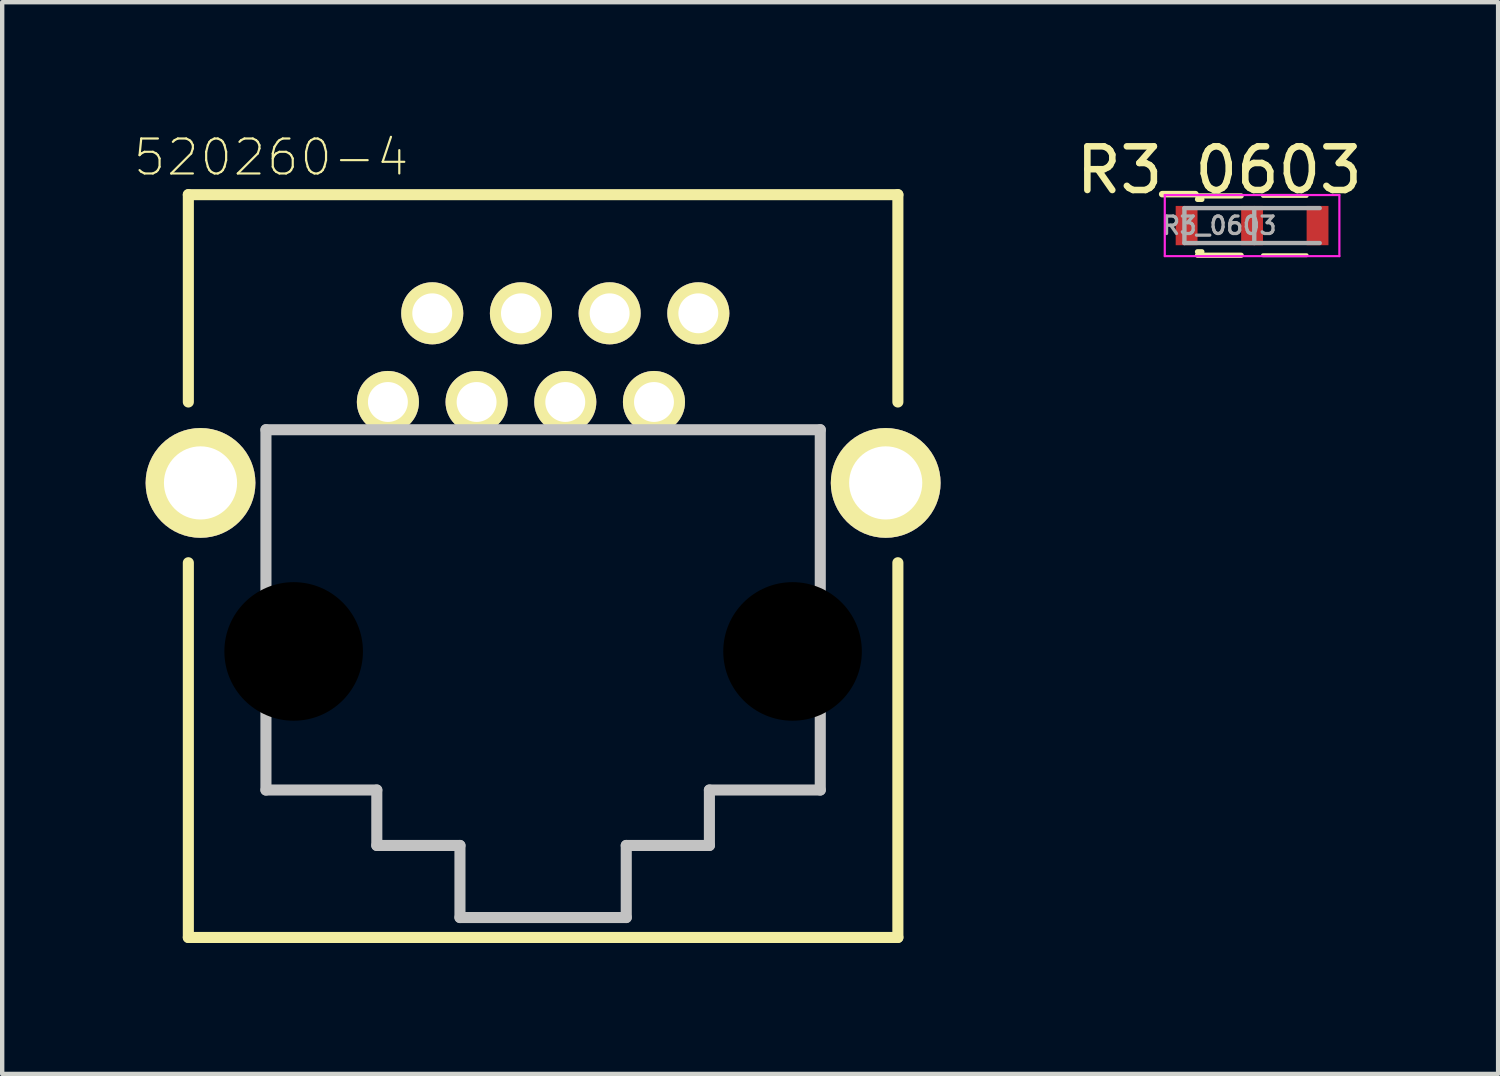
<source format=kicad_pcb>
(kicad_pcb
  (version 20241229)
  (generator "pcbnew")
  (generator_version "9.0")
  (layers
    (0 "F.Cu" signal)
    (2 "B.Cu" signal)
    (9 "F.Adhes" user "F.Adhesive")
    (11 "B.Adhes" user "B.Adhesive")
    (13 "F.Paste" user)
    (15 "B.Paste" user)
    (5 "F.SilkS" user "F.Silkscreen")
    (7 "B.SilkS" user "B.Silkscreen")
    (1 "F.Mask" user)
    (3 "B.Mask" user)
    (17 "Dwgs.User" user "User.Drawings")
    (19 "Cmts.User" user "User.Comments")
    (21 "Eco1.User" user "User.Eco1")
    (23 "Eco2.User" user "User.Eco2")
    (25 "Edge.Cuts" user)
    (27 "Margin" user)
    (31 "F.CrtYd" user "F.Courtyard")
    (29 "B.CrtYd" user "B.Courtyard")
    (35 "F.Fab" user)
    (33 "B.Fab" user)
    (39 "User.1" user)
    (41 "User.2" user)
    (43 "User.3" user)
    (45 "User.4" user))
  (footprint "520260-4"
    (layer "F.Cu")
    (at 9.393 11.875)
    (property "Reference" "520260-4" (at -6.232 -11.319 0) (layer "F.SilkS") (effects (font (size 0.801 0.801) (thickness 0.05))))
    (attr through_hole)
    (fp_line (start -8.128 -10.465) (end -8.128 -5.715) (stroke (width 0.254) (type solid)) (layer "F.SilkS"))
    (fp_line (start -8.128 -2.032) (end -8.128 6.553) (stroke (width 0.254) (type solid)) (layer "F.SilkS"))
    (fp_line (start -8.128 6.553) (end 8.128 6.553) (stroke (width 0.254) (type solid)) (layer "F.SilkS"))
    (fp_line (start 8.128 -10.465) (end -8.128 -10.465) (stroke (width 0.254) (type solid)) (layer "F.SilkS"))
    (fp_line (start 8.128 -5.715) (end 8.128 -10.465) (stroke (width 0.254) (type solid)) (layer "F.SilkS"))
    (fp_line (start 8.128 6.553) (end 8.128 -2.032) (stroke (width 0.254) (type solid)) (layer "F.SilkS"))
    (fp_line (start -6.35 -5.08) (end -6.35 3.175) (stroke (width 0.254) (type solid)) (layer "Dwgs.User"))
    (fp_line (start -3.81 3.175) (end -6.35 3.175) (stroke (width 0.254) (type solid)) (layer "Dwgs.User"))
    (fp_line (start -3.81 4.445) (end -3.81 3.175) (stroke (width 0.254) (type solid)) (layer "Dwgs.User"))
    (fp_line (start -1.905 4.445) (end -3.81 4.445) (stroke (width 0.254) (type solid)) (layer "Dwgs.User"))
    (fp_line (start -1.905 4.445) (end -1.905 6.096) (stroke (width 0.254) (type solid)) (layer "Dwgs.User"))
    (fp_line (start -1.905 6.096) (end 1.905 6.096) (stroke (width 0.254) (type solid)) (layer "Dwgs.User"))
    (fp_line (start 1.905 6.096) (end 1.905 4.445) (stroke (width 0.254) (type solid)) (layer "Dwgs.User"))
    (fp_line (start 3.81 3.175) (end 3.81 4.445) (stroke (width 0.254) (type solid)) (layer "Dwgs.User"))
    (fp_line (start 3.81 4.445) (end 1.905 4.445) (stroke (width 0.254) (type solid)) (layer "Dwgs.User"))
    (fp_line (start 6.35 -5.08) (end -6.35 -5.08) (stroke (width 0.254) (type solid)) (layer "Dwgs.User"))
    (fp_line (start 6.35 -5.08) (end 6.35 3.175) (stroke (width 0.254) (type solid)) (layer "Dwgs.User"))
    (fp_line (start 6.35 3.175) (end 3.81 3.175) (stroke (width 0.254) (type solid)) (layer "Dwgs.User"))
    (pad "" np_thru_hole circle (at -5.715 0) (size 3.175 3.175) (drill 3.175) (layers))
    (pad "" np_thru_hole circle (at 5.715 0) (size 3.175 3.175) (drill 3.175) (layers))
    (pad "1" thru_hole circle (at -2.54 -7.747) (size 1.422 1.422) (drill 0.914) (layers "*.Cu" "*.Mask" "F.SilkS"))
    (pad "2" thru_hole circle (at -3.556 -5.715) (size 1.422 1.422) (drill 0.914) (layers "*.Cu" "*.Mask" "F.SilkS"))
    (pad "3" thru_hole circle (at -1.524 -5.715) (size 1.422 1.422) (drill 0.914) (layers "*.Cu" "*.Mask" "F.SilkS"))
    (pad "4" thru_hole circle (at 0.508 -5.715) (size 1.422 1.422) (drill 0.914) (layers "*.Cu" "*.Mask" "F.SilkS"))
    (pad "5" thru_hole circle (at -0.508 -7.747) (size 1.422 1.422) (drill 0.914) (layers "*.Cu" "*.Mask" "F.SilkS"))
    (pad "6" thru_hole circle (at 1.524 -7.747) (size 1.422 1.422) (drill 0.914) (layers "*.Cu" "*.Mask" "F.SilkS"))
    (pad "7" thru_hole circle (at 3.556 -7.747) (size 1.422 1.422) (drill 0.914) (layers "*.Cu" "*.Mask" "F.SilkS"))
    (pad "8" thru_hole circle (at 2.54 -5.715) (size 1.422 1.422) (drill 0.914) (layers "*.Cu" "*.Mask" "F.SilkS"))
    (pad "S1" thru_hole circle (at -7.849 -3.861) (size 2.515 2.515) (drill 1.676) (layers "*.Cu" "*.Mask" "F.SilkS"))
    (pad "S2" thru_hole circle (at 7.849 -3.861) (size 2.515 2.515) (drill 1.676) (layers "*.Cu" "*.Mask" "F.SilkS")))
  (footprint "R3_0603"
    (layer "F.Cu")
    (at 25.636 2.118)
    (property "Reference" "R3_0603" (at -0.75 -1.27 0) (layer "F.SilkS") (effects (font (size 1 1) (thickness 0.15))))
    (attr smd)
    (fp_line (start -1.25 -0.68) (end -0.25 -0.68) (stroke (width 0.12) (type solid)) (layer "F.SilkS"))
    (fp_line (start -1.15 -0.6) (end -1.25 -0.6) (stroke (width 0.12) (type solid)) (layer "F.SilkS"))
    (fp_line (start -1.15 0.6) (end -1.25 0.6) (stroke (width 0.12) (type solid)) (layer "F.SilkS"))
    (fp_line (start -0.25 0.68) (end -1.25 0.68) (stroke (width 0.12) (type solid)) (layer "F.SilkS"))
    (fp_line (start 0.25 -0.68) (end 1.25 -0.68) (stroke (width 0.09) (type solid)) (layer "F.SilkS"))
    (fp_line (start 1.25 0.68) (end 0.25 0.68) (stroke (width 0.09) (type solid)) (layer "F.SilkS"))
    (fp_line (start -2 -0.7) (end -2 0.7) (stroke (width 0.05) (type solid)) (layer "F.CrtYd"))
    (fp_line (start -2 -0.7) (end 2 -0.7) (stroke (width 0.05) (type solid)) (layer "F.CrtYd"))
    (fp_line (start 2 0.7) (end -2 0.7) (stroke (width 0.05) (type solid)) (layer "F.CrtYd"))
    (fp_line (start 2 0.7) (end 2 -0.7) (stroke (width 0.05) (type solid)) (layer "F.CrtYd"))
    (fp_line (start -1.55 -0.4) (end 1.55 -0.4) (stroke (width 0.1) (type solid)) (layer "F.Fab"))
    (fp_line (start -1.55 0.4) (end -1.55 -0.4) (stroke (width 0.1) (type solid)) (layer "F.Fab"))
    (fp_line (start 0.05 -0.4) (end 0.05 0.4) (stroke (width 0.1) (type solid)) (layer "F.Fab"))
    (fp_line (start 1.55 0.4) (end -1.55 0.4) (stroke (width 0.1) (type solid)) (layer "F.Fab"))
    (fp_text user "${REFERENCE}" (at -0.75 0 0) (layer "F.Fab") (effects (font (size 0.4 0.4) (thickness 0.075))))
    (pad "1" smd rect (at -1.5 0) (size 0.5 0.9) (layers "F.Cu" "F.Mask" "F.Paste"))
    (pad "2" smd rect (at 0 0) (size 0.5 0.9) (layers "F.Cu" "F.Mask" "F.Paste"))
    (pad "3" smd rect (at 1.5 0) (size 0.5 0.9) (layers "F.Cu" "F.Mask" "F.Paste")))
  (gr_rect
    (start -3 -3)
    (end 31.273 21.555)
    (stroke (width 0.1) (type default))
    (fill no)
    (layer "Edge.Cuts")))
</source>
